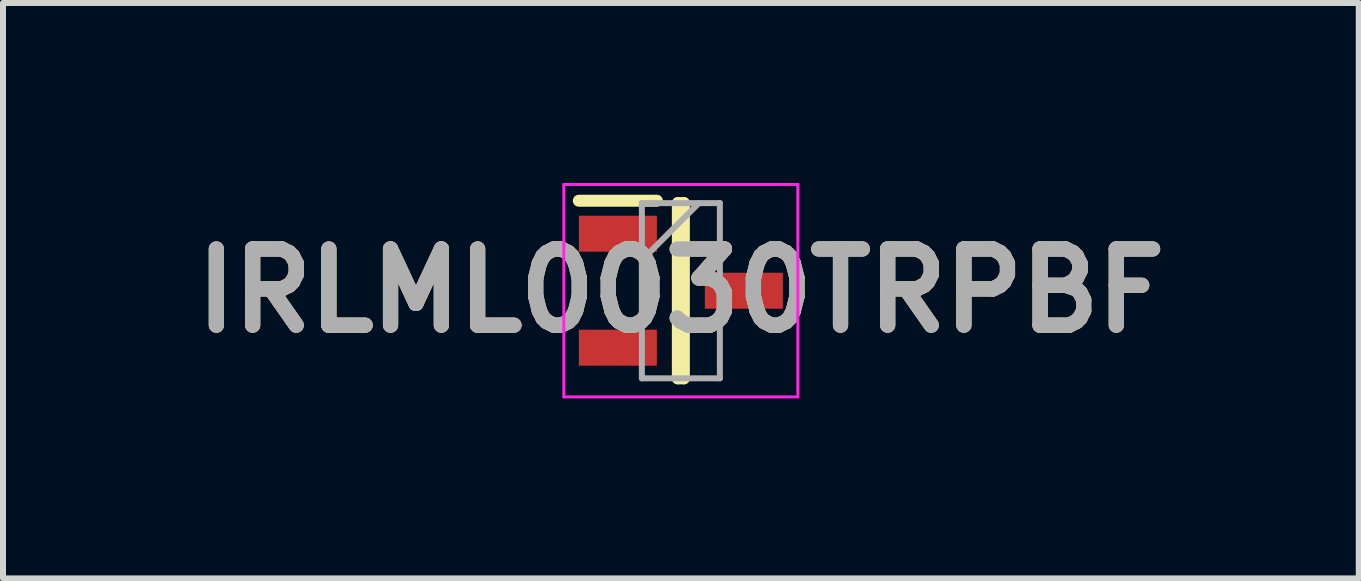
<source format=kicad_pcb>
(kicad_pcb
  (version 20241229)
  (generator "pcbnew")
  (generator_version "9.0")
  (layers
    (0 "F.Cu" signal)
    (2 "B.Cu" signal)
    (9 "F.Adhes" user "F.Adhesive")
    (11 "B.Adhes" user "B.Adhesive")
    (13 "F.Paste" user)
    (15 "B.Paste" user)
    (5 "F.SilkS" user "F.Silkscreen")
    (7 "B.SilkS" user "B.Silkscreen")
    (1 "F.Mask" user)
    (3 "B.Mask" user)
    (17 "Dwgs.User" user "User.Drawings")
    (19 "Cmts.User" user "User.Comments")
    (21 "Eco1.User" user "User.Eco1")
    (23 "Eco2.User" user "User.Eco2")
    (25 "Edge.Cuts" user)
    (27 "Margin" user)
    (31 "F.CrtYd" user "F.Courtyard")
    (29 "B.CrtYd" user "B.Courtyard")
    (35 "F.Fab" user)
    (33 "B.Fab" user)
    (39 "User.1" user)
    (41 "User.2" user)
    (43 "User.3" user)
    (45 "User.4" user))
  (footprint "IRLML0030TRPBF"
    (layer "F.Cu")
    (at 8.297 1.795)
    (property "Reference" "IRLML0030TRPBF" (at 0 0 0) (layer "F.SilkS") (effects (font (size 1.27 1.27) (thickness 0.254))))
    (attr smd)
    (fp_line (start -1.7 -1.5) (end -0.4 -1.5) (stroke (width 0.2) (type solid)) (layer "F.SilkS"))
    (fp_line (start -0.05 -1.46) (end 0.05 -1.46) (stroke (width 0.2) (type solid)) (layer "F.SilkS"))
    (fp_line (start -0.05 1.46) (end -0.05 -1.46) (stroke (width 0.2) (type solid)) (layer "F.SilkS"))
    (fp_line (start 0.05 -1.46) (end 0.05 1.46) (stroke (width 0.2) (type solid)) (layer "F.SilkS"))
    (fp_line (start 0.05 1.46) (end -0.05 1.46) (stroke (width 0.2) (type solid)) (layer "F.SilkS"))
    (fp_line (start -1.95 -1.77) (end 1.95 -1.77) (stroke (width 0.05) (type solid)) (layer "F.CrtYd"))
    (fp_line (start -1.95 1.77) (end -1.95 -1.77) (stroke (width 0.05) (type solid)) (layer "F.CrtYd"))
    (fp_line (start 1.95 -1.77) (end 1.95 1.77) (stroke (width 0.05) (type solid)) (layer "F.CrtYd"))
    (fp_line (start 1.95 1.77) (end -1.95 1.77) (stroke (width 0.05) (type solid)) (layer "F.CrtYd"))
    (fp_line (start -0.65 -1.46) (end 0.65 -1.46) (stroke (width 0.1) (type solid)) (layer "F.Fab"))
    (fp_line (start -0.65 -0.51) (end 0.3 -1.46) (stroke (width 0.1) (type solid)) (layer "F.Fab"))
    (fp_line (start -0.65 1.46) (end -0.65 -1.46) (stroke (width 0.1) (type solid)) (layer "F.Fab"))
    (fp_line (start 0.65 -1.46) (end 0.65 1.46) (stroke (width 0.1) (type solid)) (layer "F.Fab"))
    (fp_line (start 0.65 1.46) (end -0.65 1.46) (stroke (width 0.1) (type solid)) (layer "F.Fab"))
    (fp_text user "${REFERENCE}" (at 0 0 0) (layer "F.Fab") (effects (font (size 1.27 1.27) (thickness 0.254))))
    (pad "1" smd rect (at -1.05 -0.95 90) (size 0.6 1.3) (layers "F.Cu" "F.Mask" "F.Paste"))
    (pad "2" smd rect (at -1.05 0.95 90) (size 0.6 1.3) (layers "F.Cu" "F.Mask" "F.Paste"))
    (pad "3" smd rect (at 1.05 0 90) (size 0.6 1.3) (layers "F.Cu" "F.Mask" "F.Paste")))
  (gr_rect
    (start -3 -3)
    (end 19.595 6.59)
    (stroke (width 0.1) (type default))
    (fill no)
    (layer "Edge.Cuts")))
</source>
